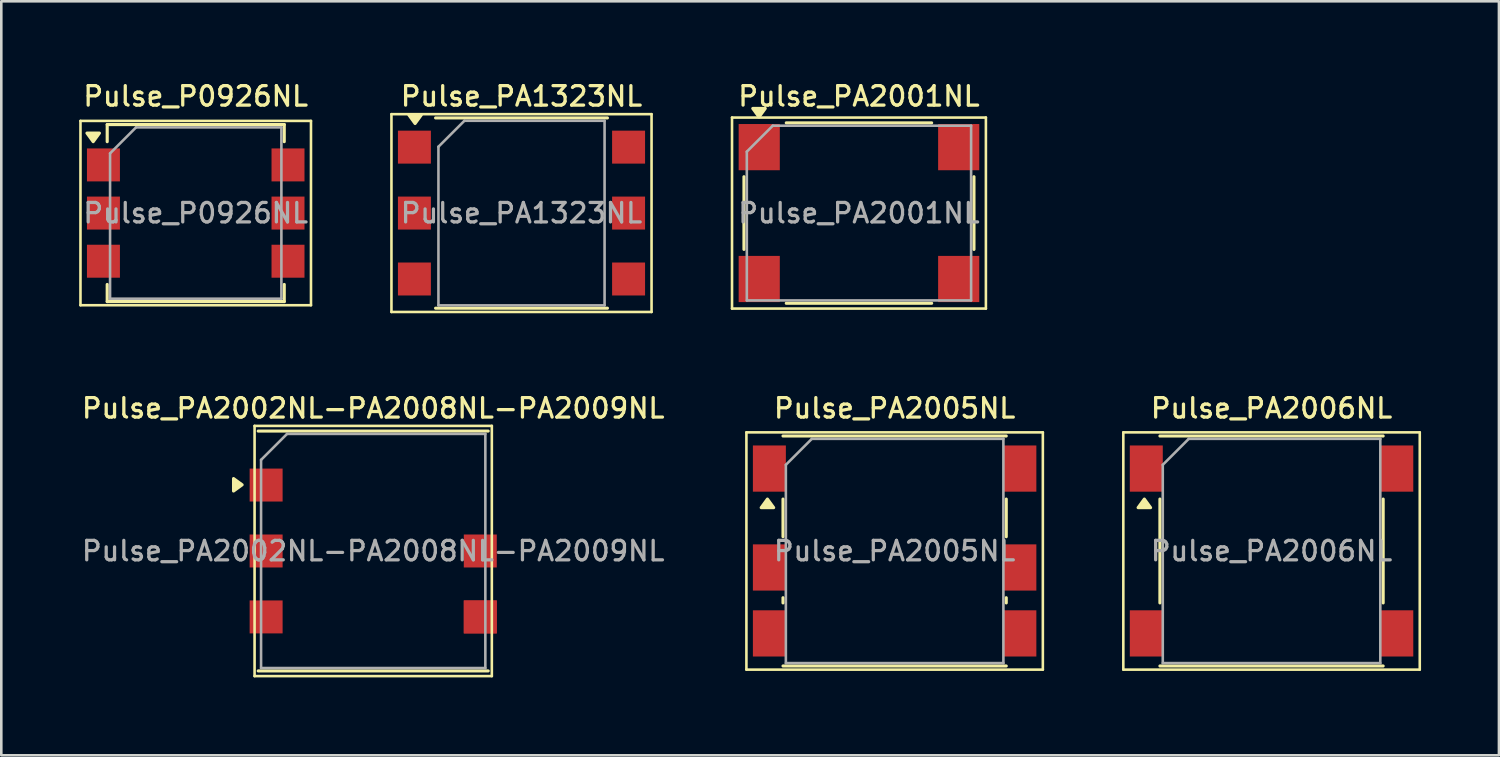
<source format=kicad_pcb>
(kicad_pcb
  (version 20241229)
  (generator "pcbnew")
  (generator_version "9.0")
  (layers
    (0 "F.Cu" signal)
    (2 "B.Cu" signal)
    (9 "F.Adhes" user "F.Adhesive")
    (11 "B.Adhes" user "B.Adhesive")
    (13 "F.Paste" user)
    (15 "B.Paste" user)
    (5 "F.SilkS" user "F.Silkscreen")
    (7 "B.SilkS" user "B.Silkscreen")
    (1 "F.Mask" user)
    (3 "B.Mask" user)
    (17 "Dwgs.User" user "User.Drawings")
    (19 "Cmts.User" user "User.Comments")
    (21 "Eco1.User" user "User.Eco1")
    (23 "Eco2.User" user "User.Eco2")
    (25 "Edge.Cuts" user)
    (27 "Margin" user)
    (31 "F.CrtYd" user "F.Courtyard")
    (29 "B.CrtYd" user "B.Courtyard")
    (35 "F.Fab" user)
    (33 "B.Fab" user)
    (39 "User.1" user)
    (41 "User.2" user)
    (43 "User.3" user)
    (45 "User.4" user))
  (footprint "Pulse_PA1323NL"
    (layer "F.Cu")
    (at 17.04 5.158)
    (property "Reference" "Pulse_PA1323NL" (at 0 -4.5 0) (layer "F.SilkS") (effects (font (size 0.75 0.75) (thickness 0.125))))
    (attr smd)
    (fp_line (start -5.01 -3.81) (end 5.01 -3.81) (stroke (width 0.1) (type solid)) (layer "F.SilkS"))
    (fp_line (start -5.01 3.81) (end -5.01 -3.81) (stroke (width 0.1) (type solid)) (layer "F.SilkS"))
    (fp_line (start -3.31 -3.665) (end 3.31 -3.665) (stroke (width 0.12) (type solid)) (layer "F.SilkS"))
    (fp_line (start -3.31 3.665) (end 3.31 3.665) (stroke (width 0.12) (type solid)) (layer "F.SilkS"))
    (fp_line (start 5.01 -3.81) (end 5.01 3.81) (stroke (width 0.1) (type solid)) (layer "F.SilkS"))
    (fp_line (start 5.01 3.81) (end -5.01 3.81) (stroke (width 0.1) (type solid)) (layer "F.SilkS"))
    (fp_poly (pts (xy -4.1 -3.45) (xy -4.34 -3.78) (xy -3.86 -3.78) (xy -4.1 -3.45)) (stroke (width 0.12) (type solid)) (fill yes) (layer "F.SilkS"))
    (fp_line (start -3.2 3.555) (end -3.2 -2.555) (stroke (width 0.1) (type solid)) (layer "F.Fab"))
    (fp_line (start -2.2 -3.555) (end -3.2 -2.555) (stroke (width 0.1) (type solid)) (layer "F.Fab"))
    (fp_line (start -2.2 -3.555) (end 3.2 -3.555) (stroke (width 0.1) (type solid)) (layer "F.Fab"))
    (fp_line (start 3.2 -3.555) (end 3.2 3.555) (stroke (width 0.1) (type solid)) (layer "F.Fab"))
    (fp_line (start 3.2 3.555) (end -3.2 3.555) (stroke (width 0.1) (type solid)) (layer "F.Fab"))
    (fp_text user "${REFERENCE}" (at 0 0 0) (layer "F.Fab") (effects (font (size 0.75 0.75) (thickness 0.125))))
    (pad "1" smd rect (at -4.125 -2.54) (size 1.27 1.27) (layers "F.Cu" "F.Mask" "F.Paste"))
    (pad "2" smd rect (at -4.125 0) (size 1.27 1.27) (layers "F.Cu" "F.Mask" "F.Paste"))
    (pad "3" smd rect (at -4.125 2.54) (size 1.27 1.27) (layers "F.Cu" "F.Mask" "F.Paste"))
    (pad "4" smd rect (at 4.125 2.54) (size 1.27 1.27) (layers "F.Cu" "F.Mask" "F.Paste"))
    (pad "5" smd rect (at 4.125 0) (size 1.27 1.27) (layers "F.Cu" "F.Mask" "F.Paste"))
    (pad "6" smd rect (at 4.125 -2.54) (size 1.27 1.27) (layers "F.Cu" "F.Mask" "F.Paste")))
  (footprint "Pulse_PA2005NL"
    (layer "F.Cu")
    (at 31.414 18.176)
    (property "Reference" "Pulse_PA2005NL" (at 0 -5.5 0) (layer "F.SilkS") (effects (font (size 0.75 0.75) (thickness 0.125))))
    (attr smd)
    (fp_line (start -5.71 -4.57) (end 5.71 -4.57) (stroke (width 0.1) (type solid)) (layer "F.SilkS"))
    (fp_line (start -5.71 4.57) (end -5.71 -4.57) (stroke (width 0.1) (type solid)) (layer "F.SilkS"))
    (fp_line (start -4.3 -4.43) (end 4.3 -4.43) (stroke (width 0.12) (type solid)) (layer "F.SilkS"))
    (fp_line (start -4.3 -0.55) (end -4.3 -2) (stroke (width 0.12) (type solid)) (layer "F.SilkS"))
    (fp_line (start -4.3 1.8) (end -4.3 2) (stroke (width 0.12) (type solid)) (layer "F.SilkS"))
    (fp_line (start -4.3 4.43) (end 4.3 4.43) (stroke (width 0.12) (type solid)) (layer "F.SilkS"))
    (fp_line (start 4.3 -2) (end 4.3 -0.55) (stroke (width 0.12) (type solid)) (layer "F.SilkS"))
    (fp_line (start 4.3 2) (end 4.3 1.8) (stroke (width 0.12) (type solid)) (layer "F.SilkS"))
    (fp_line (start 5.71 -4.57) (end 5.71 4.57) (stroke (width 0.1) (type solid)) (layer "F.SilkS"))
    (fp_line (start 5.71 4.57) (end -5.71 4.57) (stroke (width 0.1) (type solid)) (layer "F.SilkS"))
    (fp_poly (pts (xy -4.9 -2) (xy -4.66 -1.67) (xy -5.14 -1.67) (xy -4.9 -2)) (stroke (width 0.12) (type solid)) (fill yes) (layer "F.SilkS"))
    (fp_line (start -4.19 4.32) (end -4.19 -3.32) (stroke (width 0.1) (type solid)) (layer "F.Fab"))
    (fp_line (start -3.19 -4.32) (end -4.19 -3.32) (stroke (width 0.1) (type solid)) (layer "F.Fab"))
    (fp_line (start -3.19 -4.32) (end 4.19 -4.32) (stroke (width 0.1) (type solid)) (layer "F.Fab"))
    (fp_line (start 4.19 -4.32) (end 4.19 4.32) (stroke (width 0.1) (type solid)) (layer "F.Fab"))
    (fp_line (start 4.19 4.32) (end -4.19 4.32) (stroke (width 0.1) (type solid)) (layer "F.Fab"))
    (fp_text user "${REFERENCE}" (at 0 0 0) (layer "F.Fab") (effects (font (size 0.75 0.75) (thickness 0.125))))
    (pad "1" smd rect (at -4.825 -3.175) (size 1.27 1.78) (layers "F.Cu" "F.Mask" "F.Paste"))
    (pad "2" smd rect (at -4.825 0.635) (size 1.27 1.78) (layers "F.Cu" "F.Mask" "F.Paste"))
    (pad "3" smd rect (at -4.825 3.175) (size 1.27 1.78) (layers "F.Cu" "F.Mask" "F.Paste"))
    (pad "4" smd rect (at 4.825 3.175) (size 1.27 1.78) (layers "F.Cu" "F.Mask" "F.Paste"))
    (pad "5" smd rect (at 4.825 0.635) (size 1.27 1.78) (layers "F.Cu" "F.Mask" "F.Paste"))
    (pad "6" smd rect (at 4.825 -3.175) (size 1.27 1.78) (layers "F.Cu" "F.Mask" "F.Paste")))
  (footprint "Pulse_PA2001NL"
    (layer "F.Cu")
    (at 30.04 5.158)
    (property "Reference" "Pulse_PA2001NL" (at 0 -4.5 0) (layer "F.SilkS") (effects (font (size 0.75 0.75) (thickness 0.125))))
    (attr smd)
    (fp_line (start -4.89 -3.68) (end 4.89 -3.68) (stroke (width 0.1) (type solid)) (layer "F.SilkS"))
    (fp_line (start -4.89 3.68) (end -4.89 -3.68) (stroke (width 0.1) (type solid)) (layer "F.SilkS"))
    (fp_line (start -4.43 1.4) (end -4.43 -1.4) (stroke (width 0.12) (type solid)) (layer "F.SilkS"))
    (fp_line (start -2.8 -3.475) (end 2.8 -3.475) (stroke (width 0.12) (type solid)) (layer "F.SilkS"))
    (fp_line (start -2.8 3.475) (end 2.8 3.475) (stroke (width 0.12) (type solid)) (layer "F.SilkS"))
    (fp_line (start 4.43 1.4) (end 4.43 -1.4) (stroke (width 0.12) (type solid)) (layer "F.SilkS"))
    (fp_line (start 4.89 -3.68) (end 4.89 3.68) (stroke (width 0.1) (type solid)) (layer "F.SilkS"))
    (fp_line (start 4.89 3.68) (end -4.89 3.68) (stroke (width 0.1) (type solid)) (layer "F.SilkS"))
    (fp_poly (pts (xy -3.85 -3.7) (xy -4.09 -4.03) (xy -3.61 -4.03) (xy -3.85 -3.7)) (stroke (width 0.12) (type solid)) (fill yes) (layer "F.SilkS"))
    (fp_line (start -4.32 3.365) (end -4.32 -2.365) (stroke (width 0.1) (type solid)) (layer "F.Fab"))
    (fp_line (start -3.32 -3.365) (end -4.32 -2.365) (stroke (width 0.1) (type solid)) (layer "F.Fab"))
    (fp_line (start -3.32 -3.365) (end 4.32 -3.365) (stroke (width 0.1) (type solid)) (layer "F.Fab"))
    (fp_line (start 4.32 -3.365) (end 4.32 3.365) (stroke (width 0.1) (type solid)) (layer "F.Fab"))
    (fp_line (start 4.32 3.365) (end -4.32 3.365) (stroke (width 0.1) (type solid)) (layer "F.Fab"))
    (fp_text user "${REFERENCE}" (at 0 0 0) (layer "F.Fab") (effects (font (size 0.75 0.75) (thickness 0.125))))
    (pad "1" smd rect (at -3.842 -2.54) (size 1.585 1.78) (layers "F.Cu" "F.Mask" "F.Paste"))
    (pad "3" smd rect (at -3.842 2.54) (size 1.585 1.78) (layers "F.Cu" "F.Mask" "F.Paste"))
    (pad "4" smd rect (at 3.842 2.54) (size 1.585 1.78) (layers "F.Cu" "F.Mask" "F.Paste"))
    (pad "6" smd rect (at 3.842 -2.54) (size 1.585 1.78) (layers "F.Cu" "F.Mask" "F.Paste")))
  (footprint "Pulse_PA2006NL"
    (layer "F.Cu")
    (at 45.934 18.176)
    (property "Reference" "Pulse_PA2006NL" (at 0 -5.5 0) (layer "F.SilkS") (effects (font (size 0.75 0.75) (thickness 0.125))))
    (attr smd)
    (fp_line (start -5.71 -4.57) (end 5.71 -4.57) (stroke (width 0.1) (type solid)) (layer "F.SilkS"))
    (fp_line (start -5.71 4.57) (end -5.71 -4.57) (stroke (width 0.1) (type solid)) (layer "F.SilkS"))
    (fp_line (start -4.3 -4.43) (end 4.3 -4.43) (stroke (width 0.12) (type solid)) (layer "F.SilkS"))
    (fp_line (start -4.3 2) (end -4.3 -2) (stroke (width 0.12) (type solid)) (layer "F.SilkS"))
    (fp_line (start -4.3 4.43) (end 4.3 4.43) (stroke (width 0.12) (type solid)) (layer "F.SilkS"))
    (fp_line (start 4.3 -2) (end 4.3 2) (stroke (width 0.12) (type solid)) (layer "F.SilkS"))
    (fp_line (start 5.71 -4.57) (end 5.71 4.57) (stroke (width 0.1) (type solid)) (layer "F.SilkS"))
    (fp_line (start 5.71 4.57) (end -5.71 4.57) (stroke (width 0.1) (type solid)) (layer "F.SilkS"))
    (fp_poly (pts (xy -4.9 -2) (xy -4.66 -1.67) (xy -5.14 -1.67) (xy -4.9 -2)) (stroke (width 0.12) (type solid)) (fill yes) (layer "F.SilkS"))
    (fp_line (start -4.19 4.32) (end -4.19 -3.32) (stroke (width 0.1) (type solid)) (layer "F.Fab"))
    (fp_line (start -3.19 -4.32) (end -4.19 -3.32) (stroke (width 0.1) (type solid)) (layer "F.Fab"))
    (fp_line (start -3.19 -4.32) (end 4.19 -4.32) (stroke (width 0.1) (type solid)) (layer "F.Fab"))
    (fp_line (start 4.19 -4.32) (end 4.19 4.32) (stroke (width 0.1) (type solid)) (layer "F.Fab"))
    (fp_line (start 4.19 4.32) (end -4.19 4.32) (stroke (width 0.1) (type solid)) (layer "F.Fab"))
    (fp_text user "${REFERENCE}" (at 0 0 0) (layer "F.Fab") (effects (font (size 0.75 0.75) (thickness 0.125))))
    (pad "1" smd rect (at -4.825 -3.175) (size 1.27 1.78) (layers "F.Cu" "F.Mask" "F.Paste"))
    (pad "3" smd rect (at -4.825 3.175) (size 1.27 1.78) (layers "F.Cu" "F.Mask" "F.Paste"))
    (pad "4" smd rect (at 4.825 3.175) (size 1.27 1.78) (layers "F.Cu" "F.Mask" "F.Paste"))
    (pad "6" smd rect (at 4.825 -3.175) (size 1.27 1.78) (layers "F.Cu" "F.Mask" "F.Paste")))
  (footprint "Pulse_P0926NL"
    (layer "F.Cu")
    (at 4.49 5.158)
    (property "Reference" "Pulse_P0926NL" (at 0 -4.5 0) (layer "F.SilkS") (effects (font (size 0.75 0.75) (thickness 0.125))))
    (attr smd)
    (fp_line (start -4.44 -3.55) (end 4.44 -3.55) (stroke (width 0.1) (type solid)) (layer "F.SilkS"))
    (fp_line (start -4.44 3.55) (end -4.44 -3.55) (stroke (width 0.1) (type solid)) (layer "F.SilkS"))
    (fp_line (start -3.41 -3.41) (end -3.41 -2.75) (stroke (width 0.12) (type solid)) (layer "F.SilkS"))
    (fp_line (start -3.41 -3.41) (end 3.41 -3.41) (stroke (width 0.12) (type solid)) (layer "F.SilkS"))
    (fp_line (start -3.41 3.41) (end -3.41 2.75) (stroke (width 0.12) (type solid)) (layer "F.SilkS"))
    (fp_line (start -3.41 3.41) (end 3.41 3.41) (stroke (width 0.12) (type solid)) (layer "F.SilkS"))
    (fp_line (start 3.41 -3.41) (end 3.41 -2.75) (stroke (width 0.12) (type solid)) (layer "F.SilkS"))
    (fp_line (start 3.41 3.41) (end 3.41 2.75) (stroke (width 0.12) (type solid)) (layer "F.SilkS"))
    (fp_line (start 4.44 -3.55) (end 4.44 3.55) (stroke (width 0.1) (type solid)) (layer "F.SilkS"))
    (fp_line (start 4.44 3.55) (end -4.44 3.55) (stroke (width 0.1) (type solid)) (layer "F.SilkS"))
    (fp_poly (pts (xy -3.95 -2.75) (xy -4.19 -3.08) (xy -3.71 -3.08) (xy -3.95 -2.75)) (stroke (width 0.12) (type solid)) (fill yes) (layer "F.SilkS"))
    (fp_line (start -3.3 3.3) (end -3.3 -2.3) (stroke (width 0.1) (type solid)) (layer "F.Fab"))
    (fp_line (start -2.3 -3.3) (end -3.3 -2.3) (stroke (width 0.1) (type solid)) (layer "F.Fab"))
    (fp_line (start -2.3 -3.3) (end 3.3 -3.3) (stroke (width 0.1) (type solid)) (layer "F.Fab"))
    (fp_line (start 3.3 -3.3) (end 3.3 3.3) (stroke (width 0.1) (type solid)) (layer "F.Fab"))
    (fp_line (start 3.3 3.3) (end -3.3 3.3) (stroke (width 0.1) (type solid)) (layer "F.Fab"))
    (fp_text user "${REFERENCE}" (at 0 0 0) (layer "F.Fab") (effects (font (size 0.75 0.75) (thickness 0.125))))
    (pad "1" smd rect (at -3.555 -1.855) (size 1.27 1.27) (layers "F.Cu" "F.Mask" "F.Paste"))
    (pad "2" smd rect (at -3.555 0) (size 1.27 1.27) (layers "F.Cu" "F.Mask" "F.Paste"))
    (pad "3" smd rect (at -3.555 1.855) (size 1.27 1.27) (layers "F.Cu" "F.Mask" "F.Paste"))
    (pad "4" smd rect (at 3.555 1.855) (size 1.27 1.27) (layers "F.Cu" "F.Mask" "F.Paste"))
    (pad "5" smd rect (at 3.555 0) (size 1.27 1.27) (layers "F.Cu" "F.Mask" "F.Paste"))
    (pad "6" smd rect (at 3.555 -1.855) (size 1.27 1.27) (layers "F.Cu" "F.Mask" "F.Paste")))
  (footprint "Pulse_PA2002NL-PA2008NL-PA2009NL"
    (layer "F.Cu")
    (at 11.327 18.176)
    (property "Reference" "Pulse_PA2002NL-PA2008NL-PA2009NL" (at 0 -5.5 0) (layer "F.SilkS") (effects (font (size 0.75 0.75) (thickness 0.125))))
    (attr smd)
    (fp_line (start -4.57 -4.82) (end 4.57 -4.82) (stroke (width 0.1) (type solid)) (layer "F.SilkS"))
    (fp_line (start -4.57 4.82) (end -4.57 -4.82) (stroke (width 0.1) (type solid)) (layer "F.SilkS"))
    (fp_line (start -4.43 -4.62) (end 4.43 -4.62) (stroke (width 0.12) (type solid)) (layer "F.SilkS"))
    (fp_line (start -4.43 4.62) (end 4.43 4.62) (stroke (width 0.12) (type solid)) (layer "F.SilkS"))
    (fp_line (start 4.57 -4.82) (end 4.57 4.82) (stroke (width 0.1) (type solid)) (layer "F.SilkS"))
    (fp_line (start 4.57 4.82) (end -4.57 4.82) (stroke (width 0.1) (type solid)) (layer "F.SilkS"))
    (fp_poly (pts (xy -5.05 -2.55) (xy -5.38 -2.31) (xy -5.38 -2.79) (xy -5.05 -2.55)) (stroke (width 0.12) (type solid)) (fill yes) (layer "F.SilkS"))
    (fp_line (start -4.32 4.51) (end -4.32 -3.51) (stroke (width 0.1) (type solid)) (layer "F.Fab"))
    (fp_line (start -3.32 -4.51) (end -4.32 -3.51) (stroke (width 0.1) (type solid)) (layer "F.Fab"))
    (fp_line (start -3.32 -4.51) (end 4.32 -4.51) (stroke (width 0.1) (type solid)) (layer "F.Fab"))
    (fp_line (start 4.32 -4.51) (end 4.32 4.51) (stroke (width 0.1) (type solid)) (layer "F.Fab"))
    (fp_line (start 4.32 4.51) (end -4.32 4.51) (stroke (width 0.1) (type solid)) (layer "F.Fab"))
    (fp_text user "${REFERENCE}" (at 0 0 0) (layer "F.Fab") (effects (font (size 0.75 0.75) (thickness 0.125))))
    (pad "1" smd rect (at -4.125 -2.54) (size 1.27 1.27) (layers "F.Cu" "F.Mask" "F.Paste"))
    (pad "2" smd rect (at -4.125 0) (size 1.27 1.27) (layers "F.Cu" "F.Mask" "F.Paste"))
    (pad "3" smd rect (at -4.125 2.54) (size 1.27 1.27) (layers "F.Cu" "F.Mask" "F.Paste"))
    (pad "4" smd rect (at 4.125 2.54) (size 1.27 1.27) (layers "F.Cu" "F.Mask" "F.Paste"))
    (pad "5" smd rect (at 4.125 0) (size 1.27 1.27) (layers "F.Cu" "F.Mask" "F.Paste"))
    (pad "6" smd rect (at 4.125 2.54) (size 1.27 1.27) (layers "F.Cu" "F.Mask" "F.Paste")))
  (gr_rect
    (start -3 -3)
    (end 54.694 26.046)
    (stroke (width 0.1) (type default))
    (fill no)
    (layer "Edge.Cuts")))
</source>
